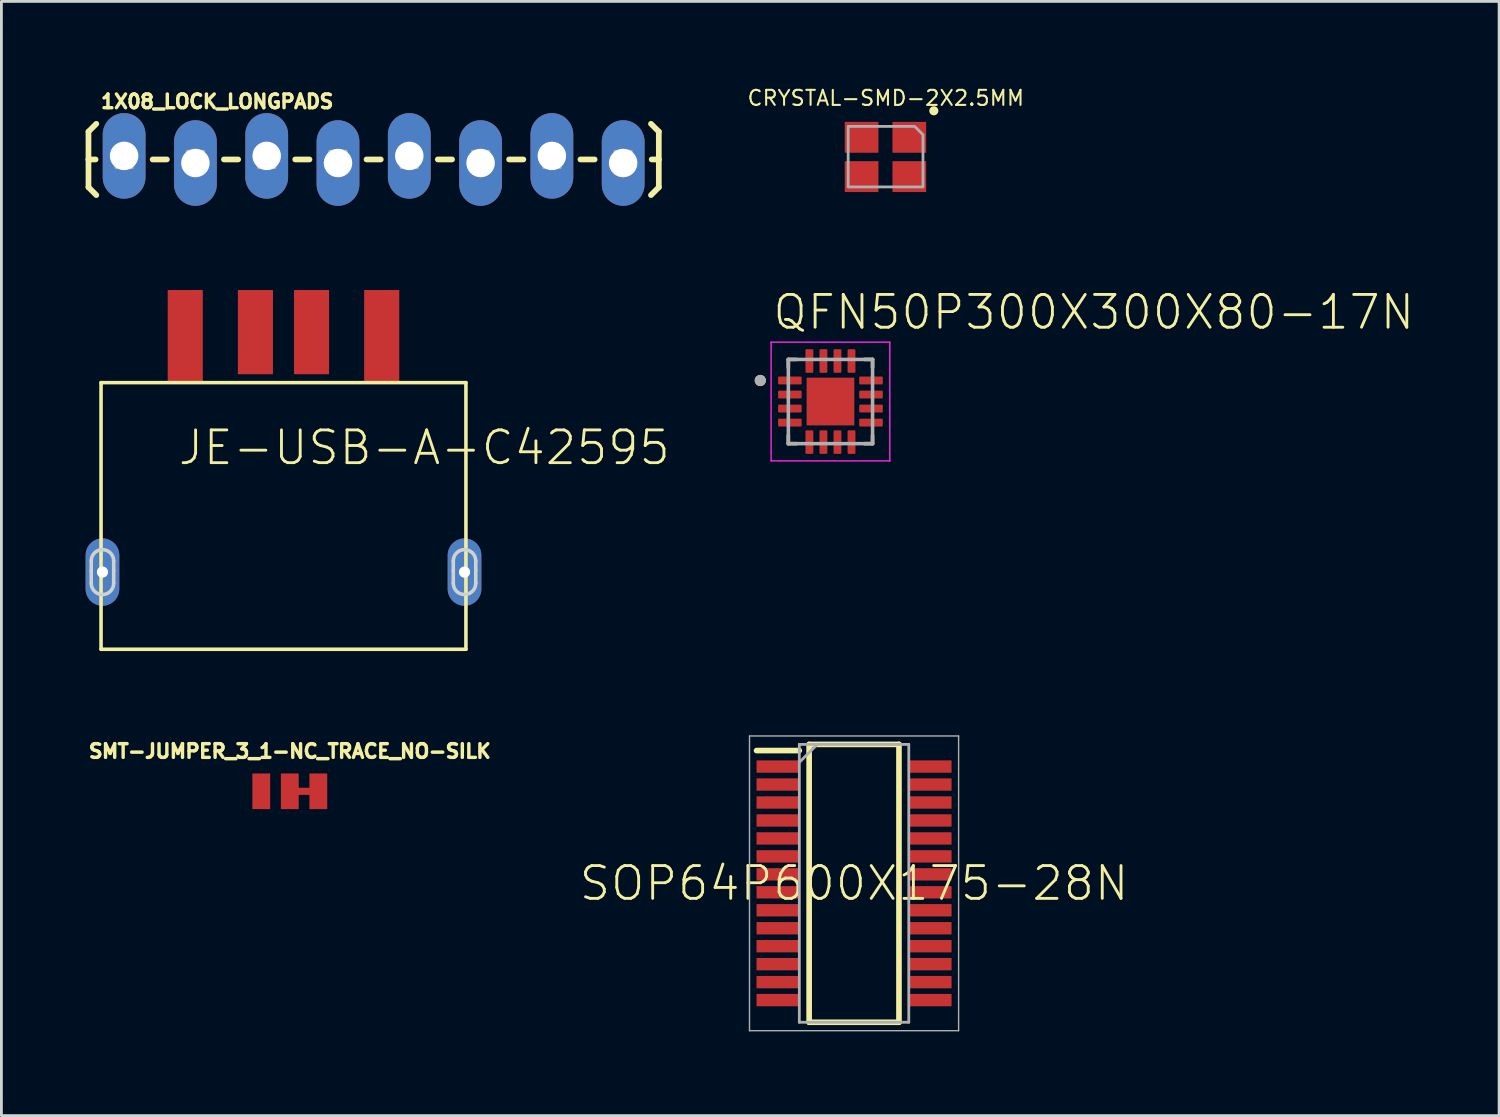
<source format=kicad_pcb>
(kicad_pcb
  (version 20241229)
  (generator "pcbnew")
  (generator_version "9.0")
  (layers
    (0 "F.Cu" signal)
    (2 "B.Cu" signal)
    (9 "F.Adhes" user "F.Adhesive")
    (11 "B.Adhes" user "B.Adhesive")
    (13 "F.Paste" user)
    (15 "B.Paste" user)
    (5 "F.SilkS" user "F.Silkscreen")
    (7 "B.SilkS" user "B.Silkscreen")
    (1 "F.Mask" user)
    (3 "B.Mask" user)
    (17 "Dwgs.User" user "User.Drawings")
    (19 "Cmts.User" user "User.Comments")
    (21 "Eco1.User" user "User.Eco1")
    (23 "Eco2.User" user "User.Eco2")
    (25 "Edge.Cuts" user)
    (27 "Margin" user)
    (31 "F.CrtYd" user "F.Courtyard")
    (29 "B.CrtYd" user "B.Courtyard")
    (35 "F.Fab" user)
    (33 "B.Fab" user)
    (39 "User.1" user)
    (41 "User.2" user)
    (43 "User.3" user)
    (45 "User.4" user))
  (footprint "CRYSTAL-SMD-2X2.5MM"
    (layer "F.Cu")
    (at 28.501 2.532)
    (property "Reference" "CRYSTAL-SMD-2X2.5MM" (at 0.008 -1.776 0) (layer "F.SilkS") (effects (font (size 0.536 0.536) (thickness 0.073)) (justify bottom)))
    (fp_circle (center 1.719 -1.635) (end 1.8 -1.635) (stroke (width 0.162) (type solid)) (fill yes) (layer "F.SilkS"))
    (fp_poly (pts (xy 1.054 -1.061) (xy 1.061 -1.055) (xy 1.188 -0.928) (xy 1.333 -0.782) (xy 1.333 -0.754) (xy 1.333 1.079) (xy -1.333 1.079) (xy -1.333 -1.079) (xy 1.03 -1.079)) (stroke (width 0.1) (type default)) (fill no) (layer "F.Fab"))
    (pad "P1" smd rect (at 0.846 -0.69) (size 1.2 1.1) (layers "F.Cu" "F.Mask" "F.Paste"))
    (pad "P2" smd rect (at -0.854 -0.69) (size 1.2 1.1) (layers "F.Cu" "F.Mask" "F.Paste"))
    (pad "P3" smd rect (at -0.854 0.71) (size 1.2 1.1) (layers "F.Cu" "F.Mask" "F.Paste"))
    (pad "P4" smd rect (at 0.846 0.71) (size 1.2 1.1) (layers "F.Cu" "F.Mask" "F.Paste")))
  (footprint "1X08_LOCK_LONGPADS"
    (layer "F.Cu")
    (at 1.372 2.631)
    (property "Reference" "1X08_LOCK_LONGPADS" (at -0.889 -1.778 0) (layer "F.SilkS") (effects (font (size 0.488 0.488) (thickness 0.122)) (justify left bottom)))
    (fp_line (start -1.27 -0.991) (end -0.991 -1.27) (stroke (width 0.203) (type solid)) (layer "F.SilkS"))
    (fp_line (start -1.27 0) (end -1.27 -0.991) (stroke (width 0.203) (type solid)) (layer "F.SilkS"))
    (fp_line (start -1.27 0) (end -1.27 0.991) (stroke (width 0.203) (type solid)) (layer "F.SilkS"))
    (fp_line (start -1.27 0) (end -1.016 0) (stroke (width 0.203) (type solid)) (layer "F.SilkS"))
    (fp_line (start -1.27 0.991) (end -0.991 1.27) (stroke (width 0.203) (type solid)) (layer "F.SilkS"))
    (fp_line (start 1.524 0) (end 1.016 0) (stroke (width 0.203) (type solid)) (layer "F.SilkS"))
    (fp_line (start 4.064 0) (end 3.556 0) (stroke (width 0.203) (type solid)) (layer "F.SilkS"))
    (fp_line (start 6.604 0) (end 6.096 0) (stroke (width 0.203) (type solid)) (layer "F.SilkS"))
    (fp_line (start 9.144 0) (end 8.636 0) (stroke (width 0.203) (type solid)) (layer "F.SilkS"))
    (fp_line (start 11.684 0) (end 11.176 0) (stroke (width 0.203) (type solid)) (layer "F.SilkS"))
    (fp_line (start 14.224 0) (end 13.716 0) (stroke (width 0.203) (type solid)) (layer "F.SilkS"))
    (fp_line (start 16.764 0) (end 16.256 0) (stroke (width 0.203) (type solid)) (layer "F.SilkS"))
    (fp_line (start 19.05 -0.991) (end 18.771 -1.27) (stroke (width 0.203) (type solid)) (layer "F.SilkS"))
    (fp_line (start 19.05 0) (end 18.796 0) (stroke (width 0.203) (type solid)) (layer "F.SilkS"))
    (fp_line (start 19.05 0) (end 19.05 -0.991) (stroke (width 0.203) (type solid)) (layer "F.SilkS"))
    (fp_line (start 19.05 0) (end 19.05 0.991) (stroke (width 0.203) (type solid)) (layer "F.SilkS"))
    (fp_line (start 19.05 0.991) (end 18.771 1.27) (stroke (width 0.203) (type solid)) (layer "F.SilkS"))
    (fp_poly (pts (xy -0.292 0.292) (xy 0.292 0.292) (xy 0.292 -0.292) (xy -0.292 -0.292)) (stroke (width 0.1) (type default)) (fill no) (layer "F.Fab"))
    (fp_poly (pts (xy 2.248 0.292) (xy 2.832 0.292) (xy 2.832 -0.292) (xy 2.248 -0.292)) (stroke (width 0.1) (type default)) (fill no) (layer "F.Fab"))
    (fp_poly (pts (xy 4.788 0.292) (xy 5.372 0.292) (xy 5.372 -0.292) (xy 4.788 -0.292)) (stroke (width 0.1) (type default)) (fill no) (layer "F.Fab"))
    (fp_poly (pts (xy 7.912 0.292) (xy 7.912 -0.292) (xy 7.328 -0.292) (xy 7.328 0.292)) (stroke (width 0.1) (type default)) (fill no) (layer "F.Fab"))
    (fp_poly (pts (xy 9.868 0.292) (xy 10.452 0.292) (xy 10.452 -0.292) (xy 9.868 -0.292)) (stroke (width 0.1) (type default)) (fill no) (layer "F.Fab"))
    (fp_poly (pts (xy 12.408 0.292) (xy 12.992 0.292) (xy 12.992 -0.292) (xy 12.408 -0.292)) (stroke (width 0.1) (type default)) (fill no) (layer "F.Fab"))
    (fp_poly (pts (xy 14.948 0.292) (xy 15.532 0.292) (xy 15.532 -0.292) (xy 14.948 -0.292)) (stroke (width 0.1) (type default)) (fill no) (layer "F.Fab"))
    (fp_poly (pts (xy 17.488 0.292) (xy 18.072 0.292) (xy 18.072 -0.292) (xy 17.488 -0.292)) (stroke (width 0.1) (type default)) (fill no) (layer "F.Fab"))
    (pad "1" thru_hole oval (at 0 -0.127 90) (size 3.048 1.524) (drill 1.016) (layers "*.Cu" "*.Mask"))
    (pad "2" thru_hole oval (at 2.54 0.127 90) (size 3.048 1.524) (drill 1.016) (layers "*.Cu" "*.Mask"))
    (pad "3" thru_hole oval (at 5.08 -0.127 90) (size 3.048 1.524) (drill 1.016) (layers "*.Cu" "*.Mask"))
    (pad "4" thru_hole oval (at 7.62 0.127 90) (size 3.048 1.524) (drill 1.016) (layers "*.Cu" "*.Mask"))
    (pad "5" thru_hole oval (at 10.16 -0.127 90) (size 3.048 1.524) (drill 1.016) (layers "*.Cu" "*.Mask"))
    (pad "6" thru_hole oval (at 12.7 0.127 90) (size 3.048 1.524) (drill 1.016) (layers "*.Cu" "*.Mask"))
    (pad "7" thru_hole oval (at 15.24 -0.127 90) (size 3.048 1.524) (drill 1.016) (layers "*.Cu" "*.Mask"))
    (pad "8" thru_hole oval (at 17.78 0.127 90) (size 3.048 1.524) (drill 1.016) (layers "*.Cu" "*.Mask")))
  (footprint "JE-USB-A-C42595"
    (layer "F.Cu")
    (at 7.05 13.582)
    (property "Reference" "JE-USB-A-C42595" (at -3.81 0 0) (layer "F.SilkS") (effects (font (size 1.168 1.168) (thickness 0.102)) (justify left bottom)))
    (fp_line (start -6.5 -3) (end 6.5 -3) (stroke (width 0.127) (type solid)) (layer "F.SilkS"))
    (fp_line (start -6.5 6.5) (end -6.5 -3) (stroke (width 0.127) (type solid)) (layer "F.SilkS"))
    (fp_line (start 6.5 -3) (end 6.5 6.5) (stroke (width 0.127) (type solid)) (layer "F.SilkS"))
    (fp_line (start 6.5 6.5) (end -6.5 6.5) (stroke (width 0.127) (type solid)) (layer "F.SilkS"))
    (fp_line (start -6.85 3.7) (end -6.85 3.35) (stroke (width 0.127) (type solid)) (layer "Edge.Cuts"))
    (fp_line (start -6.85 4.15) (end -6.85 3.7) (stroke (width 0.127) (type solid)) (layer "Edge.Cuts"))
    (fp_line (start -6.05 3.35) (end -6.05 3.7) (stroke (width 0.127) (type solid)) (layer "Edge.Cuts"))
    (fp_line (start -6.05 3.7) (end -6.05 4.15) (stroke (width 0.127) (type solid)) (layer "Edge.Cuts"))
    (fp_line (start 6.05 3.7) (end 6.05 3.35) (stroke (width 0.127) (type solid)) (layer "Edge.Cuts"))
    (fp_line (start 6.05 4.15) (end 6.05 3.7) (stroke (width 0.127) (type solid)) (layer "Edge.Cuts"))
    (fp_line (start 6.85 3.35) (end 6.85 3.7) (stroke (width 0.127) (type solid)) (layer "Edge.Cuts"))
    (fp_line (start 6.85 3.7) (end 6.85 4.15) (stroke (width 0.127) (type solid)) (layer "Edge.Cuts"))
    (fp_arc (start -6.85 3.35) (mid -6.732843 3.067157) (end -6.45 2.95) (stroke (width 0.127) (type solid)) (layer "Edge.Cuts"))
    (fp_arc (start -6.45 2.95) (mid -6.167157 3.067157) (end -6.05 3.35) (stroke (width 0.127) (type solid)) (layer "Edge.Cuts"))
    (fp_arc (start -6.45 4.55) (mid -6.732843 4.432843) (end -6.85 4.15) (stroke (width 0.127) (type solid)) (layer "Edge.Cuts"))
    (fp_arc (start -6.05 4.15) (mid -6.167157 4.432843) (end -6.45 4.55) (stroke (width 0.127) (type solid)) (layer "Edge.Cuts"))
    (fp_arc (start 6.05 3.35) (mid 6.167157 3.067157) (end 6.45 2.95) (stroke (width 0.127) (type solid)) (layer "Edge.Cuts"))
    (fp_arc (start 6.45 2.95) (mid 6.732843 3.067157) (end 6.85 3.35) (stroke (width 0.127) (type solid)) (layer "Edge.Cuts"))
    (fp_arc (start 6.45 4.55) (mid 6.167157 4.432843) (end 6.05 4.15) (stroke (width 0.127) (type solid)) (layer "Edge.Cuts"))
    (fp_arc (start 6.85 4.15) (mid 6.732843 4.432843) (end 6.45 4.55) (stroke (width 0.127) (type solid)) (layer "Edge.Cuts"))
    (pad "D+" smd rect (at 1 -4.8 90) (size 3 1.25) (layers "F.Cu" "F.Mask" "F.Paste"))
    (pad "D-" smd rect (at -1 -4.8 90) (size 3 1.25) (layers "F.Cu" "F.Mask" "F.Paste"))
    (pad "GND" smd rect (at 3.5 -4.65 90) (size 3.3 1.25) (layers "F.Cu" "F.Mask" "F.Paste"))
    (pad "SHIELD-1" thru_hole oval (at -6.45 3.75 90) (size 2.4 1.2) (drill 0.4) (layers "*.Cu" "*.Mask"))
    (pad "SHIELD-2" thru_hole oval (at 6.45 3.75 90) (size 2.4 1.2) (drill 0.4) (layers "*.Cu" "*.Mask"))
    (pad "VBUS" smd rect (at -3.5 -4.65 90) (size 3.3 1.25) (layers "F.Cu" "F.Mask" "F.Paste")))
  (footprint "SOP64P600X175-28N"
    (layer "F.Cu")
    (at 27.378 28.421)
    (property "Reference" "SOP64P600X175-28N" (at 0 0 0) (layer "F.SilkS") (effects (font (size 1.168 1.168) (thickness 0.102))))
    (fp_line (start -3.475 -4.73) (end -1.95 -4.73) (stroke (width 0.2) (type solid)) (layer "F.SilkS"))
    (fp_line (start -1.6 -4.95) (end 1.6 -4.95) (stroke (width 0.2) (type solid)) (layer "F.SilkS"))
    (fp_line (start -1.6 4.95) (end -1.6 -4.95) (stroke (width 0.2) (type solid)) (layer "F.SilkS"))
    (fp_line (start 1.6 -4.95) (end 1.6 4.95) (stroke (width 0.2) (type solid)) (layer "F.SilkS"))
    (fp_line (start 1.6 4.95) (end -1.6 4.95) (stroke (width 0.2) (type solid)) (layer "F.SilkS"))
    (fp_line (start -3.725 -5.25) (end 3.725 -5.25) (stroke (width 0.05) (type solid)) (layer "F.Fab"))
    (fp_line (start -3.725 5.25) (end -3.725 -5.25) (stroke (width 0.05) (type solid)) (layer "F.Fab"))
    (fp_line (start -1.95 -4.95) (end 1.95 -4.95) (stroke (width 0.1) (type solid)) (layer "F.Fab"))
    (fp_line (start -1.95 -4.31) (end -1.31 -4.95) (stroke (width 0.1) (type solid)) (layer "F.Fab"))
    (fp_line (start -1.95 4.95) (end -1.95 -4.95) (stroke (width 0.1) (type solid)) (layer "F.Fab"))
    (fp_line (start 1.95 -4.95) (end 1.95 4.95) (stroke (width 0.1) (type solid)) (layer "F.Fab"))
    (fp_line (start 1.95 4.95) (end -1.95 4.95) (stroke (width 0.1) (type solid)) (layer "F.Fab"))
    (fp_line (start 3.725 -5.25) (end 3.725 5.25) (stroke (width 0.05) (type solid)) (layer "F.Fab"))
    (fp_line (start 3.725 5.25) (end -3.725 5.25) (stroke (width 0.05) (type solid)) (layer "F.Fab"))
    (pad "1" smd rect (at -2.712 -4.16) (size 1.525 0.44) (layers "F.Cu" "F.Mask" "F.Paste"))
    (pad "2" smd rect (at -2.712 -3.52) (size 1.525 0.44) (layers "F.Cu" "F.Mask" "F.Paste"))
    (pad "3" smd rect (at -2.712 -2.88) (size 1.525 0.44) (layers "F.Cu" "F.Mask" "F.Paste"))
    (pad "4" smd rect (at -2.712 -2.24) (size 1.525 0.44) (layers "F.Cu" "F.Mask" "F.Paste"))
    (pad "5" smd rect (at -2.712 -1.6) (size 1.525 0.44) (layers "F.Cu" "F.Mask" "F.Paste"))
    (pad "6" smd rect (at -2.712 -0.96) (size 1.525 0.44) (layers "F.Cu" "F.Mask" "F.Paste"))
    (pad "7" smd rect (at -2.712 -0.32) (size 1.525 0.44) (layers "F.Cu" "F.Mask" "F.Paste"))
    (pad "8" smd rect (at -2.712 0.32) (size 1.525 0.44) (layers "F.Cu" "F.Mask" "F.Paste"))
    (pad "9" smd rect (at -2.712 0.96) (size 1.525 0.44) (layers "F.Cu" "F.Mask" "F.Paste"))
    (pad "10" smd rect (at -2.712 1.6) (size 1.525 0.44) (layers "F.Cu" "F.Mask" "F.Paste"))
    (pad "11" smd rect (at -2.712 2.24) (size 1.525 0.44) (layers "F.Cu" "F.Mask" "F.Paste"))
    (pad "12" smd rect (at -2.712 2.88) (size 1.525 0.44) (layers "F.Cu" "F.Mask" "F.Paste"))
    (pad "13" smd rect (at -2.712 3.52) (size 1.525 0.44) (layers "F.Cu" "F.Mask" "F.Paste"))
    (pad "14" smd rect (at -2.712 4.16) (size 1.525 0.44) (layers "F.Cu" "F.Mask" "F.Paste"))
    (pad "15" smd rect (at 2.712 4.16) (size 1.525 0.44) (layers "F.Cu" "F.Mask" "F.Paste"))
    (pad "16" smd rect (at 2.712 3.52) (size 1.525 0.44) (layers "F.Cu" "F.Mask" "F.Paste"))
    (pad "17" smd rect (at 2.712 2.88) (size 1.525 0.44) (layers "F.Cu" "F.Mask" "F.Paste"))
    (pad "18" smd rect (at 2.712 2.24) (size 1.525 0.44) (layers "F.Cu" "F.Mask" "F.Paste"))
    (pad "19" smd rect (at 2.712 1.6) (size 1.525 0.44) (layers "F.Cu" "F.Mask" "F.Paste"))
    (pad "20" smd rect (at 2.712 0.96) (size 1.525 0.44) (layers "F.Cu" "F.Mask" "F.Paste"))
    (pad "21" smd rect (at 2.712 0.32) (size 1.525 0.44) (layers "F.Cu" "F.Mask" "F.Paste"))
    (pad "22" smd rect (at 2.712 -0.32) (size 1.525 0.44) (layers "F.Cu" "F.Mask" "F.Paste"))
    (pad "23" smd rect (at 2.712 -0.96) (size 1.525 0.44) (layers "F.Cu" "F.Mask" "F.Paste"))
    (pad "24" smd rect (at 2.712 -1.6) (size 1.525 0.44) (layers "F.Cu" "F.Mask" "F.Paste"))
    (pad "25" smd rect (at 2.712 -2.24) (size 1.525 0.44) (layers "F.Cu" "F.Mask" "F.Paste"))
    (pad "26" smd rect (at 2.712 -2.88) (size 1.525 0.44) (layers "F.Cu" "F.Mask" "F.Paste"))
    (pad "27" smd rect (at 2.712 -3.52) (size 1.525 0.44) (layers "F.Cu" "F.Mask" "F.Paste"))
    (pad "28" smd rect (at 2.712 -4.16) (size 1.525 0.44) (layers "F.Cu" "F.Mask" "F.Paste")))
  (footprint "QFN50P300X300X80-17N"
    (layer "F.Cu")
    (at 26.537 11.256)
    (property "Reference" "QFN50P300X300X80-17N" (at -2.115 -2.5 0) (layer "F.SilkS") (effects (font (size 1.168 1.168) (thickness 0.102)) (justify left bottom)))
    (fp_line (start -1.5 -1.5) (end -1.5 -1.21) (stroke (width 0.127) (type solid)) (layer "F.SilkS"))
    (fp_line (start -1.5 -1.5) (end -1.21 -1.5) (stroke (width 0.127) (type solid)) (layer "F.SilkS"))
    (fp_line (start -1.5 1.5) (end -1.5 1.21) (stroke (width 0.127) (type solid)) (layer "F.SilkS"))
    (fp_line (start -1.5 1.5) (end -1.21 1.5) (stroke (width 0.127) (type solid)) (layer "F.SilkS"))
    (fp_line (start 1.5 -1.5) (end 1.21 -1.5) (stroke (width 0.127) (type solid)) (layer "F.SilkS"))
    (fp_line (start 1.5 -1.5) (end 1.5 -1.21) (stroke (width 0.127) (type solid)) (layer "F.SilkS"))
    (fp_line (start 1.5 1.5) (end 1.21 1.5) (stroke (width 0.127) (type solid)) (layer "F.SilkS"))
    (fp_line (start 1.5 1.5) (end 1.5 1.21) (stroke (width 0.127) (type solid)) (layer "F.SilkS"))
    (fp_circle (center -2.5 -0.75) (end -2.4 -0.75) (stroke (width 0.2) (type solid)) (fill no) (layer "F.SilkS"))
    (fp_poly (pts (xy -0.54 0.54) (xy 0.54 0.54) (xy 0.54 -0.54) (xy -0.54 -0.54)) (stroke (width 0) (type default)) (fill yes) (layer "F.Paste"))
    (fp_line (start -2.115 -2.115) (end 2.115 -2.115) (stroke (width 0.05) (type solid)) (layer "F.CrtYd"))
    (fp_line (start -2.115 2.115) (end -2.115 -2.115) (stroke (width 0.05) (type solid)) (layer "F.CrtYd"))
    (fp_line (start 2.115 -2.115) (end 2.115 2.115) (stroke (width 0.05) (type solid)) (layer "F.CrtYd"))
    (fp_line (start 2.115 2.115) (end -2.115 2.115) (stroke (width 0.05) (type solid)) (layer "F.CrtYd"))
    (fp_line (start -1.5 -1.5) (end 1.5 -1.5) (stroke (width 0.127) (type solid)) (layer "F.Fab"))
    (fp_line (start -1.5 1.5) (end -1.5 -1.5) (stroke (width 0.127) (type solid)) (layer "F.Fab"))
    (fp_line (start 1.5 -1.5) (end 1.5 1.5) (stroke (width 0.127) (type solid)) (layer "F.Fab"))
    (fp_line (start 1.5 1.5) (end -1.5 1.5) (stroke (width 0.127) (type solid)) (layer "F.Fab"))
    (fp_circle (center -2.5 -0.75) (end -2.4 -0.75) (stroke (width 0.2) (type solid)) (fill no) (layer "F.Fab"))
    (pad "1" smd roundrect (at -1.445 -0.75) (size 0.84 0.28) (layers "F.Cu" "F.Mask" "F.Paste") (roundrect_rratio 0.125))
    (pad "2" smd roundrect (at -1.445 -0.25) (size 0.84 0.28) (layers "F.Cu" "F.Mask" "F.Paste") (roundrect_rratio 0.125))
    (pad "3" smd roundrect (at -1.445 0.25) (size 0.84 0.28) (layers "F.Cu" "F.Mask" "F.Paste") (roundrect_rratio 0.125))
    (pad "4" smd roundrect (at -1.445 0.75) (size 0.84 0.28) (layers "F.Cu" "F.Mask" "F.Paste") (roundrect_rratio 0.125))
    (pad "5" smd roundrect (at -0.75 1.445) (size 0.28 0.84) (layers "F.Cu" "F.Mask" "F.Paste") (roundrect_rratio 0.125))
    (pad "6" smd roundrect (at -0.25 1.445) (size 0.28 0.84) (layers "F.Cu" "F.Mask" "F.Paste") (roundrect_rratio 0.125))
    (pad "7" smd roundrect (at 0.25 1.445) (size 0.28 0.84) (layers "F.Cu" "F.Mask" "F.Paste") (roundrect_rratio 0.125))
    (pad "8" smd roundrect (at 0.75 1.445) (size 0.28 0.84) (layers "F.Cu" "F.Mask" "F.Paste") (roundrect_rratio 0.125))
    (pad "9" smd roundrect (at 1.445 0.75) (size 0.84 0.28) (layers "F.Cu" "F.Mask" "F.Paste") (roundrect_rratio 0.125))
    (pad "10" smd roundrect (at 1.445 0.25) (size 0.84 0.28) (layers "F.Cu" "F.Mask" "F.Paste") (roundrect_rratio 0.125))
    (pad "11" smd roundrect (at 1.445 -0.25) (size 0.84 0.28) (layers "F.Cu" "F.Mask" "F.Paste") (roundrect_rratio 0.125))
    (pad "12" smd roundrect (at 1.445 -0.75) (size 0.84 0.28) (layers "F.Cu" "F.Mask" "F.Paste") (roundrect_rratio 0.125))
    (pad "13" smd roundrect (at 0.75 -1.445) (size 0.28 0.84) (layers "F.Cu" "F.Mask" "F.Paste") (roundrect_rratio 0.125))
    (pad "14" smd roundrect (at 0.25 -1.445) (size 0.28 0.84) (layers "F.Cu" "F.Mask" "F.Paste") (roundrect_rratio 0.125))
    (pad "15" smd roundrect (at -0.25 -1.445) (size 0.28 0.84) (layers "F.Cu" "F.Mask" "F.Paste") (roundrect_rratio 0.125))
    (pad "16" smd roundrect (at -0.75 -1.445) (size 0.28 0.84) (layers "F.Cu" "F.Mask" "F.Paste") (roundrect_rratio 0.125))
    (pad "17" smd rect (at 0 0) (size 1.7 1.7) (layers "F.Cu" "F.Mask")))
  (footprint "SMT-JUMPER_3_1-NC_TRACE_NO-SILK"
    (layer "F.Cu")
    (at 7.275 25.142)
    (property "Reference" "SMT-JUMPER_3_1-NC_TRACE_NO-SILK" (at 0 -1.143 0) (layer "F.SilkS") (effects (font (size 0.488 0.488) (thickness 0.122)) (justify bottom)))
    (fp_line (start 0 0) (end 1.016 0) (stroke (width 0.254) (type solid)) (layer "F.Cu"))
    (fp_poly (pts (xy 0.762 0.191) (xy 0.254 0.191) (xy 0.254 -0.191) (xy 0.762 -0.191)) (stroke (width 0) (type default)) (fill yes) (layer "F.Mask"))
    (pad "1" smd rect (at -1.016 0) (size 0.635 1.27) (layers "F.Cu" "F.Mask"))
    (pad "2" smd rect (at 0 0) (size 0.635 1.27) (layers "F.Cu" "F.Mask"))
    (pad "3" smd rect (at 1.016 0) (size 0.635 1.27) (layers "F.Cu" "F.Mask")))
  (gr_rect
    (start -3 -3)
    (end 50.36 36.696)
    (stroke (width 0.1) (type default))
    (fill no)
    (layer "Edge.Cuts")))
</source>
